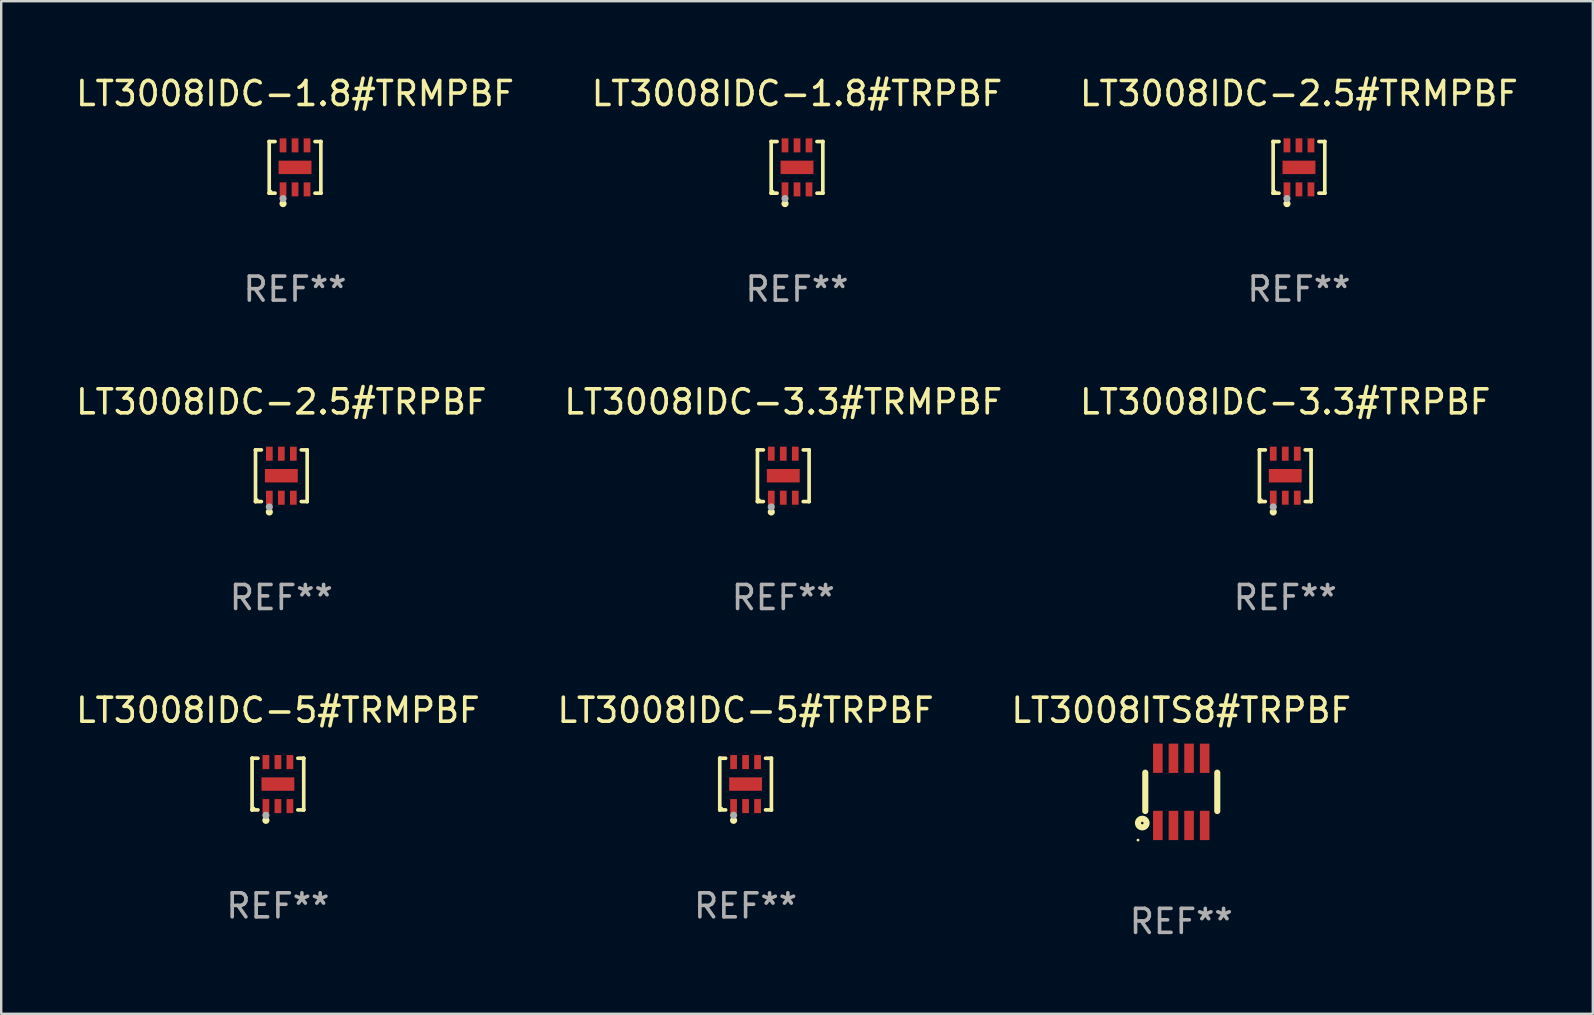
<source format=kicad_pcb>
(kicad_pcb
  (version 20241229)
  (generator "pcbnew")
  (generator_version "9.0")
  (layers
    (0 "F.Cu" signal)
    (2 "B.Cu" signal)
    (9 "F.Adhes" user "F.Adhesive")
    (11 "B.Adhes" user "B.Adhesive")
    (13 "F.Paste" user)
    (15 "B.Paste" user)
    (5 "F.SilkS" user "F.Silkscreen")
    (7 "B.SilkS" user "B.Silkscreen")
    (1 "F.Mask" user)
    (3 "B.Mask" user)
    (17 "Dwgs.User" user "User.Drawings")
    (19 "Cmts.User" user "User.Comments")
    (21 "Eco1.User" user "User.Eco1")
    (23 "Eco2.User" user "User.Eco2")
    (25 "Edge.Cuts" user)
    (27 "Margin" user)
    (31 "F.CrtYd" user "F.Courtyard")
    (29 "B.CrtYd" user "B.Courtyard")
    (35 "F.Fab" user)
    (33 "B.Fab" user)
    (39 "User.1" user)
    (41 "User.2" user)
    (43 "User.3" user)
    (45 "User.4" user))
  (footprint "LT3008IDC-2.5#TRPBF"
    (layer "F.Cu")
    (at 8.673 16.773)
    (property "Reference" "LT3008IDC-2.5#TRPBF" (at 0 -3.076 0) (layer "F.SilkS") (effects (font (size 1 1) (thickness 0.15))))
    (attr through_hole)
    (fp_line (start -1.076 -1.076) (end -1.076 -1.076) (stroke (width 0.152) (type solid)) (layer "F.SilkS"))
    (fp_line (start -1.076 -1.076) (end -0.831 -1.076) (stroke (width 0.152) (type solid)) (layer "F.SilkS"))
    (fp_line (start -1.076 1.076) (end -1.076 -1.076) (stroke (width 0.152) (type solid)) (layer "F.SilkS"))
    (fp_line (start -1.076 1.076) (end -1.076 1.076) (stroke (width 0.152) (type solid)) (layer "F.SilkS"))
    (fp_line (start -0.831 1.076) (end -1.076 1.076) (stroke (width 0.152) (type solid)) (layer "F.SilkS"))
    (fp_line (start 0.831 1.076) (end 1.076 1.076) (stroke (width 0.152) (type solid)) (layer "F.SilkS"))
    (fp_line (start 1.076 -1.076) (end 0.831 -1.076) (stroke (width 0.152) (type solid)) (layer "F.SilkS"))
    (fp_line (start 1.076 -1.076) (end 1.076 -1.076) (stroke (width 0.152) (type solid)) (layer "F.SilkS"))
    (fp_line (start 1.076 1.076) (end 1.076 -1.076) (stroke (width 0.152) (type solid)) (layer "F.SilkS"))
    (fp_line (start 1.076 1.076) (end 1.076 1.076) (stroke (width 0.152) (type solid)) (layer "F.SilkS"))
    (fp_circle (center -1 1) (end -0.97 1) (stroke (width 0.06) (type solid)) (fill no) (layer "F.SilkS"))
    (fp_circle (center -0.5 1.51) (end -0.425 1.51) (stroke (width 0.15) (type solid)) (fill no) (layer "F.SilkS"))
    (fp_circle (center -0.5 1.3) (end -0.425 1.3) (stroke (width 0.15) (type solid)) (fill no) (layer "F.Fab"))
    (fp_text user "REF**" (at 0 5.076 0) (layer "F.Fab") (effects (font (size 1 1) (thickness 0.15))))
    (pad "1" smd rect (at -0.5 0.917) (size 0.28 0.585) (layers "F.Cu" "F.Mask" "F.Paste"))
    (pad "2" smd rect (at 0 0.917) (size 0.28 0.585) (layers "F.Cu" "F.Mask" "F.Paste"))
    (pad "3" smd rect (at 0.5 0.917) (size 0.28 0.585) (layers "F.Cu" "F.Mask" "F.Paste"))
    (pad "4" smd rect (at 0.5 -0.917) (size 0.28 0.585) (layers "F.Cu" "F.Mask" "F.Paste"))
    (pad "5" smd rect (at 0 -0.917) (size 0.28 0.585) (layers "F.Cu" "F.Mask" "F.Paste"))
    (pad "6" smd rect (at -0.5 -0.917) (size 0.28 0.585) (layers "F.Cu" "F.Mask" "F.Paste"))
    (pad "7" smd rect (at 0 0) (size 1.37 0.56) (layers "F.Cu" "F.Mask" "F.Paste")))
  (footprint "LT3008IDC-5#TRMPBF"
    (layer "F.Cu")
    (at 8.53 29.622)
    (property "Reference" "LT3008IDC-5#TRMPBF" (at 0 -3.076 0) (layer "F.SilkS") (effects (font (size 1 1) (thickness 0.15))))
    (attr through_hole)
    (fp_line (start -1.076 -1.076) (end -1.076 -1.076) (stroke (width 0.152) (type solid)) (layer "F.SilkS"))
    (fp_line (start -1.076 -1.076) (end -0.831 -1.076) (stroke (width 0.152) (type solid)) (layer "F.SilkS"))
    (fp_line (start -1.076 1.076) (end -1.076 -1.076) (stroke (width 0.152) (type solid)) (layer "F.SilkS"))
    (fp_line (start -1.076 1.076) (end -1.076 1.076) (stroke (width 0.152) (type solid)) (layer "F.SilkS"))
    (fp_line (start -0.831 1.076) (end -1.076 1.076) (stroke (width 0.152) (type solid)) (layer "F.SilkS"))
    (fp_line (start 0.831 1.076) (end 1.076 1.076) (stroke (width 0.152) (type solid)) (layer "F.SilkS"))
    (fp_line (start 1.076 -1.076) (end 0.831 -1.076) (stroke (width 0.152) (type solid)) (layer "F.SilkS"))
    (fp_line (start 1.076 -1.076) (end 1.076 -1.076) (stroke (width 0.152) (type solid)) (layer "F.SilkS"))
    (fp_line (start 1.076 1.076) (end 1.076 -1.076) (stroke (width 0.152) (type solid)) (layer "F.SilkS"))
    (fp_line (start 1.076 1.076) (end 1.076 1.076) (stroke (width 0.152) (type solid)) (layer "F.SilkS"))
    (fp_circle (center -1 1) (end -0.97 1) (stroke (width 0.06) (type solid)) (fill no) (layer "F.SilkS"))
    (fp_circle (center -0.5 1.51) (end -0.425 1.51) (stroke (width 0.15) (type solid)) (fill no) (layer "F.SilkS"))
    (fp_circle (center -0.5 1.3) (end -0.425 1.3) (stroke (width 0.15) (type solid)) (fill no) (layer "F.Fab"))
    (fp_text user "REF**" (at 0 5.076 0) (layer "F.Fab") (effects (font (size 1 1) (thickness 0.15))))
    (pad "1" smd rect (at -0.5 0.917) (size 0.28 0.585) (layers "F.Cu" "F.Mask" "F.Paste"))
    (pad "2" smd rect (at 0 0.917) (size 0.28 0.585) (layers "F.Cu" "F.Mask" "F.Paste"))
    (pad "3" smd rect (at 0.5 0.917) (size 0.28 0.585) (layers "F.Cu" "F.Mask" "F.Paste"))
    (pad "4" smd rect (at 0.5 -0.917) (size 0.28 0.585) (layers "F.Cu" "F.Mask" "F.Paste"))
    (pad "5" smd rect (at 0 -0.917) (size 0.28 0.585) (layers "F.Cu" "F.Mask" "F.Paste"))
    (pad "6" smd rect (at -0.5 -0.917) (size 0.28 0.585) (layers "F.Cu" "F.Mask" "F.Paste"))
    (pad "7" smd rect (at 0 0) (size 1.37 0.56) (layers "F.Cu" "F.Mask" "F.Paste")))
  (footprint "LT3008IDC-1.8#TRPBF"
    (layer "F.Cu")
    (at 30.161 3.924)
    (property "Reference" "LT3008IDC-1.8#TRPBF" (at 0 -3.076 0) (layer "F.SilkS") (effects (font (size 1 1) (thickness 0.15))))
    (attr through_hole)
    (fp_line (start -1.076 -1.076) (end -1.076 -1.076) (stroke (width 0.152) (type solid)) (layer "F.SilkS"))
    (fp_line (start -1.076 -1.076) (end -0.831 -1.076) (stroke (width 0.152) (type solid)) (layer "F.SilkS"))
    (fp_line (start -1.076 1.076) (end -1.076 -1.076) (stroke (width 0.152) (type solid)) (layer "F.SilkS"))
    (fp_line (start -1.076 1.076) (end -1.076 1.076) (stroke (width 0.152) (type solid)) (layer "F.SilkS"))
    (fp_line (start -0.831 1.076) (end -1.076 1.076) (stroke (width 0.152) (type solid)) (layer "F.SilkS"))
    (fp_line (start 0.831 1.076) (end 1.076 1.076) (stroke (width 0.152) (type solid)) (layer "F.SilkS"))
    (fp_line (start 1.076 -1.076) (end 0.831 -1.076) (stroke (width 0.152) (type solid)) (layer "F.SilkS"))
    (fp_line (start 1.076 -1.076) (end 1.076 -1.076) (stroke (width 0.152) (type solid)) (layer "F.SilkS"))
    (fp_line (start 1.076 1.076) (end 1.076 -1.076) (stroke (width 0.152) (type solid)) (layer "F.SilkS"))
    (fp_line (start 1.076 1.076) (end 1.076 1.076) (stroke (width 0.152) (type solid)) (layer "F.SilkS"))
    (fp_circle (center -1 1) (end -0.97 1) (stroke (width 0.06) (type solid)) (fill no) (layer "F.SilkS"))
    (fp_circle (center -0.5 1.51) (end -0.425 1.51) (stroke (width 0.15) (type solid)) (fill no) (layer "F.SilkS"))
    (fp_circle (center -0.5 1.3) (end -0.425 1.3) (stroke (width 0.15) (type solid)) (fill no) (layer "F.Fab"))
    (fp_text user "REF**" (at 0 5.076 0) (layer "F.Fab") (effects (font (size 1 1) (thickness 0.15))))
    (pad "1" smd rect (at -0.5 0.917) (size 0.28 0.585) (layers "F.Cu" "F.Mask" "F.Paste"))
    (pad "2" smd rect (at 0 0.917) (size 0.28 0.585) (layers "F.Cu" "F.Mask" "F.Paste"))
    (pad "3" smd rect (at 0.5 0.917) (size 0.28 0.585) (layers "F.Cu" "F.Mask" "F.Paste"))
    (pad "4" smd rect (at 0.5 -0.917) (size 0.28 0.585) (layers "F.Cu" "F.Mask" "F.Paste"))
    (pad "5" smd rect (at 0 -0.917) (size 0.28 0.585) (layers "F.Cu" "F.Mask" "F.Paste"))
    (pad "6" smd rect (at -0.5 -0.917) (size 0.28 0.585) (layers "F.Cu" "F.Mask" "F.Paste"))
    (pad "7" smd rect (at 0 0) (size 1.37 0.56) (layers "F.Cu" "F.Mask" "F.Paste")))
  (footprint "LT3008IDC-3.3#TRMPBF"
    (layer "F.Cu")
    (at 29.589 16.773)
    (property "Reference" "LT3008IDC-3.3#TRMPBF" (at 0 -3.076 0) (layer "F.SilkS") (effects (font (size 1 1) (thickness 0.15))))
    (attr through_hole)
    (fp_line (start -1.076 -1.076) (end -1.076 -1.076) (stroke (width 0.152) (type solid)) (layer "F.SilkS"))
    (fp_line (start -1.076 -1.076) (end -0.831 -1.076) (stroke (width 0.152) (type solid)) (layer "F.SilkS"))
    (fp_line (start -1.076 1.076) (end -1.076 -1.076) (stroke (width 0.152) (type solid)) (layer "F.SilkS"))
    (fp_line (start -1.076 1.076) (end -1.076 1.076) (stroke (width 0.152) (type solid)) (layer "F.SilkS"))
    (fp_line (start -0.831 1.076) (end -1.076 1.076) (stroke (width 0.152) (type solid)) (layer "F.SilkS"))
    (fp_line (start 0.831 1.076) (end 1.076 1.076) (stroke (width 0.152) (type solid)) (layer "F.SilkS"))
    (fp_line (start 1.076 -1.076) (end 0.831 -1.076) (stroke (width 0.152) (type solid)) (layer "F.SilkS"))
    (fp_line (start 1.076 -1.076) (end 1.076 -1.076) (stroke (width 0.152) (type solid)) (layer "F.SilkS"))
    (fp_line (start 1.076 1.076) (end 1.076 -1.076) (stroke (width 0.152) (type solid)) (layer "F.SilkS"))
    (fp_line (start 1.076 1.076) (end 1.076 1.076) (stroke (width 0.152) (type solid)) (layer "F.SilkS"))
    (fp_circle (center -1 1) (end -0.97 1) (stroke (width 0.06) (type solid)) (fill no) (layer "F.SilkS"))
    (fp_circle (center -0.5 1.51) (end -0.425 1.51) (stroke (width 0.15) (type solid)) (fill no) (layer "F.SilkS"))
    (fp_circle (center -0.5 1.3) (end -0.425 1.3) (stroke (width 0.15) (type solid)) (fill no) (layer "F.Fab"))
    (fp_text user "REF**" (at 0 5.076 0) (layer "F.Fab") (effects (font (size 1 1) (thickness 0.15))))
    (pad "1" smd rect (at -0.5 0.917) (size 0.28 0.585) (layers "F.Cu" "F.Mask" "F.Paste"))
    (pad "2" smd rect (at 0 0.917) (size 0.28 0.585) (layers "F.Cu" "F.Mask" "F.Paste"))
    (pad "3" smd rect (at 0.5 0.917) (size 0.28 0.585) (layers "F.Cu" "F.Mask" "F.Paste"))
    (pad "4" smd rect (at 0.5 -0.917) (size 0.28 0.585) (layers "F.Cu" "F.Mask" "F.Paste"))
    (pad "5" smd rect (at 0 -0.917) (size 0.28 0.585) (layers "F.Cu" "F.Mask" "F.Paste"))
    (pad "6" smd rect (at -0.5 -0.917) (size 0.28 0.585) (layers "F.Cu" "F.Mask" "F.Paste"))
    (pad "7" smd rect (at 0 0) (size 1.37 0.56) (layers "F.Cu" "F.Mask" "F.Paste")))
  (footprint "LT3008IDC-5#TRPBF"
    (layer "F.Cu")
    (at 28.018 29.622)
    (property "Reference" "LT3008IDC-5#TRPBF" (at 0 -3.076 0) (layer "F.SilkS") (effects (font (size 1 1) (thickness 0.15))))
    (attr through_hole)
    (fp_line (start -1.076 -1.076) (end -1.076 -1.076) (stroke (width 0.152) (type solid)) (layer "F.SilkS"))
    (fp_line (start -1.076 -1.076) (end -0.831 -1.076) (stroke (width 0.152) (type solid)) (layer "F.SilkS"))
    (fp_line (start -1.076 1.076) (end -1.076 -1.076) (stroke (width 0.152) (type solid)) (layer "F.SilkS"))
    (fp_line (start -1.076 1.076) (end -1.076 1.076) (stroke (width 0.152) (type solid)) (layer "F.SilkS"))
    (fp_line (start -0.831 1.076) (end -1.076 1.076) (stroke (width 0.152) (type solid)) (layer "F.SilkS"))
    (fp_line (start 0.831 1.076) (end 1.076 1.076) (stroke (width 0.152) (type solid)) (layer "F.SilkS"))
    (fp_line (start 1.076 -1.076) (end 0.831 -1.076) (stroke (width 0.152) (type solid)) (layer "F.SilkS"))
    (fp_line (start 1.076 -1.076) (end 1.076 -1.076) (stroke (width 0.152) (type solid)) (layer "F.SilkS"))
    (fp_line (start 1.076 1.076) (end 1.076 -1.076) (stroke (width 0.152) (type solid)) (layer "F.SilkS"))
    (fp_line (start 1.076 1.076) (end 1.076 1.076) (stroke (width 0.152) (type solid)) (layer "F.SilkS"))
    (fp_circle (center -1 1) (end -0.97 1) (stroke (width 0.06) (type solid)) (fill no) (layer "F.SilkS"))
    (fp_circle (center -0.5 1.51) (end -0.425 1.51) (stroke (width 0.15) (type solid)) (fill no) (layer "F.SilkS"))
    (fp_circle (center -0.5 1.3) (end -0.425 1.3) (stroke (width 0.15) (type solid)) (fill no) (layer "F.Fab"))
    (fp_text user "REF**" (at 0 5.076 0) (layer "F.Fab") (effects (font (size 1 1) (thickness 0.15))))
    (pad "1" smd rect (at -0.5 0.917) (size 0.28 0.585) (layers "F.Cu" "F.Mask" "F.Paste"))
    (pad "2" smd rect (at 0 0.917) (size 0.28 0.585) (layers "F.Cu" "F.Mask" "F.Paste"))
    (pad "3" smd rect (at 0.5 0.917) (size 0.28 0.585) (layers "F.Cu" "F.Mask" "F.Paste"))
    (pad "4" smd rect (at 0.5 -0.917) (size 0.28 0.585) (layers "F.Cu" "F.Mask" "F.Paste"))
    (pad "5" smd rect (at 0 -0.917) (size 0.28 0.585) (layers "F.Cu" "F.Mask" "F.Paste"))
    (pad "6" smd rect (at -0.5 -0.917) (size 0.28 0.585) (layers "F.Cu" "F.Mask" "F.Paste"))
    (pad "7" smd rect (at 0 0) (size 1.37 0.56) (layers "F.Cu" "F.Mask" "F.Paste")))
  (footprint "LT3008IDC-2.5#TRMPBF"
    (layer "F.Cu")
    (at 51.077 3.924)
    (property "Reference" "LT3008IDC-2.5#TRMPBF" (at 0 -3.076 0) (layer "F.SilkS") (effects (font (size 1 1) (thickness 0.15))))
    (attr through_hole)
    (fp_line (start -1.076 -1.076) (end -1.076 -1.076) (stroke (width 0.152) (type solid)) (layer "F.SilkS"))
    (fp_line (start -1.076 -1.076) (end -0.831 -1.076) (stroke (width 0.152) (type solid)) (layer "F.SilkS"))
    (fp_line (start -1.076 1.076) (end -1.076 -1.076) (stroke (width 0.152) (type solid)) (layer "F.SilkS"))
    (fp_line (start -1.076 1.076) (end -1.076 1.076) (stroke (width 0.152) (type solid)) (layer "F.SilkS"))
    (fp_line (start -0.831 1.076) (end -1.076 1.076) (stroke (width 0.152) (type solid)) (layer "F.SilkS"))
    (fp_line (start 0.831 1.076) (end 1.076 1.076) (stroke (width 0.152) (type solid)) (layer "F.SilkS"))
    (fp_line (start 1.076 -1.076) (end 0.831 -1.076) (stroke (width 0.152) (type solid)) (layer "F.SilkS"))
    (fp_line (start 1.076 -1.076) (end 1.076 -1.076) (stroke (width 0.152) (type solid)) (layer "F.SilkS"))
    (fp_line (start 1.076 1.076) (end 1.076 -1.076) (stroke (width 0.152) (type solid)) (layer "F.SilkS"))
    (fp_line (start 1.076 1.076) (end 1.076 1.076) (stroke (width 0.152) (type solid)) (layer "F.SilkS"))
    (fp_circle (center -1 1) (end -0.97 1) (stroke (width 0.06) (type solid)) (fill no) (layer "F.SilkS"))
    (fp_circle (center -0.5 1.51) (end -0.425 1.51) (stroke (width 0.15) (type solid)) (fill no) (layer "F.SilkS"))
    (fp_circle (center -0.5 1.3) (end -0.425 1.3) (stroke (width 0.15) (type solid)) (fill no) (layer "F.Fab"))
    (fp_text user "REF**" (at 0 5.076 0) (layer "F.Fab") (effects (font (size 1 1) (thickness 0.15))))
    (pad "1" smd rect (at -0.5 0.917) (size 0.28 0.585) (layers "F.Cu" "F.Mask" "F.Paste"))
    (pad "2" smd rect (at 0 0.917) (size 0.28 0.585) (layers "F.Cu" "F.Mask" "F.Paste"))
    (pad "3" smd rect (at 0.5 0.917) (size 0.28 0.585) (layers "F.Cu" "F.Mask" "F.Paste"))
    (pad "4" smd rect (at 0.5 -0.917) (size 0.28 0.585) (layers "F.Cu" "F.Mask" "F.Paste"))
    (pad "5" smd rect (at 0 -0.917) (size 0.28 0.585) (layers "F.Cu" "F.Mask" "F.Paste"))
    (pad "6" smd rect (at -0.5 -0.917) (size 0.28 0.585) (layers "F.Cu" "F.Mask" "F.Paste"))
    (pad "7" smd rect (at 0 0) (size 1.37 0.56) (layers "F.Cu" "F.Mask" "F.Paste")))
  (footprint "LT3008IDC-3.3#TRPBF"
    (layer "F.Cu")
    (at 50.506 16.773)
    (property "Reference" "LT3008IDC-3.3#TRPBF" (at 0 -3.076 0) (layer "F.SilkS") (effects (font (size 1 1) (thickness 0.15))))
    (attr through_hole)
    (fp_line (start -1.076 -1.076) (end -1.076 -1.076) (stroke (width 0.152) (type solid)) (layer "F.SilkS"))
    (fp_line (start -1.076 -1.076) (end -0.831 -1.076) (stroke (width 0.152) (type solid)) (layer "F.SilkS"))
    (fp_line (start -1.076 1.076) (end -1.076 -1.076) (stroke (width 0.152) (type solid)) (layer "F.SilkS"))
    (fp_line (start -1.076 1.076) (end -1.076 1.076) (stroke (width 0.152) (type solid)) (layer "F.SilkS"))
    (fp_line (start -0.831 1.076) (end -1.076 1.076) (stroke (width 0.152) (type solid)) (layer "F.SilkS"))
    (fp_line (start 0.831 1.076) (end 1.076 1.076) (stroke (width 0.152) (type solid)) (layer "F.SilkS"))
    (fp_line (start 1.076 -1.076) (end 0.831 -1.076) (stroke (width 0.152) (type solid)) (layer "F.SilkS"))
    (fp_line (start 1.076 -1.076) (end 1.076 -1.076) (stroke (width 0.152) (type solid)) (layer "F.SilkS"))
    (fp_line (start 1.076 1.076) (end 1.076 -1.076) (stroke (width 0.152) (type solid)) (layer "F.SilkS"))
    (fp_line (start 1.076 1.076) (end 1.076 1.076) (stroke (width 0.152) (type solid)) (layer "F.SilkS"))
    (fp_circle (center -1 1) (end -0.97 1) (stroke (width 0.06) (type solid)) (fill no) (layer "F.SilkS"))
    (fp_circle (center -0.5 1.51) (end -0.425 1.51) (stroke (width 0.15) (type solid)) (fill no) (layer "F.SilkS"))
    (fp_circle (center -0.5 1.3) (end -0.425 1.3) (stroke (width 0.15) (type solid)) (fill no) (layer "F.Fab"))
    (fp_text user "REF**" (at 0 5.076 0) (layer "F.Fab") (effects (font (size 1 1) (thickness 0.15))))
    (pad "1" smd rect (at -0.5 0.917) (size 0.28 0.585) (layers "F.Cu" "F.Mask" "F.Paste"))
    (pad "2" smd rect (at 0 0.917) (size 0.28 0.585) (layers "F.Cu" "F.Mask" "F.Paste"))
    (pad "3" smd rect (at 0.5 0.917) (size 0.28 0.585) (layers "F.Cu" "F.Mask" "F.Paste"))
    (pad "4" smd rect (at 0.5 -0.917) (size 0.28 0.585) (layers "F.Cu" "F.Mask" "F.Paste"))
    (pad "5" smd rect (at 0 -0.917) (size 0.28 0.585) (layers "F.Cu" "F.Mask" "F.Paste"))
    (pad "6" smd rect (at -0.5 -0.917) (size 0.28 0.585) (layers "F.Cu" "F.Mask" "F.Paste"))
    (pad "7" smd rect (at 0 0) (size 1.37 0.56) (layers "F.Cu" "F.Mask" "F.Paste")))
  (footprint "LT3008ITS8#TRPBF"
    (layer "F.Cu")
    (at 46.173 29.946)
    (property "Reference" "LT3008ITS8#TRPBF" (at 0 -3.4 0) (layer "F.SilkS") (effects (font (size 1 1) (thickness 0.15))))
    (attr through_hole)
    (fp_line (start -1.5 0.8) (end -1.5 -0.8) (stroke (width 0.254) (type solid)) (layer "F.SilkS"))
    (fp_line (start 1.5 -0.8) (end 1.5 0.8) (stroke (width 0.254) (type solid)) (layer "F.SilkS"))
    (fp_circle (center -1.804 2.01) (end -1.774 2.01) (stroke (width 0.06) (type solid)) (fill no) (layer "F.SilkS"))
    (fp_circle (center -1.625 1.3) (end -1.573 1.3) (stroke (width 0.254) (type solid)) (fill no) (layer "F.SilkS"))
    (fp_text user "REF**" (at 0 5.4 0) (layer "F.Fab") (effects (font (size 1 1) (thickness 0.15))))
    (pad "1" smd rect (at -0.975 1.4 180) (size 0.4 1.22) (layers "F.Cu" "F.Mask" "F.Paste"))
    (pad "2" smd rect (at -0.325 1.4 180) (size 0.4 1.22) (layers "F.Cu" "F.Mask" "F.Paste"))
    (pad "3" smd rect (at 0.325 1.4 180) (size 0.4 1.22) (layers "F.Cu" "F.Mask" "F.Paste"))
    (pad "4" smd rect (at 0.975 1.4 180) (size 0.4 1.22) (layers "F.Cu" "F.Mask" "F.Paste"))
    (pad "5" smd rect (at 0.975 -1.4 180) (size 0.4 1.22) (layers "F.Cu" "F.Mask" "F.Paste"))
    (pad "6" smd rect (at 0.325 -1.4 180) (size 0.4 1.22) (layers "F.Cu" "F.Mask" "F.Paste"))
    (pad "7" smd rect (at -0.325 -1.4 180) (size 0.4 1.22) (layers "F.Cu" "F.Mask" "F.Paste"))
    (pad "8" smd rect (at -0.975 -1.4 180) (size 0.4 1.22) (layers "F.Cu" "F.Mask" "F.Paste")))
  (footprint "LT3008IDC-1.8#TRMPBF"
    (layer "F.Cu")
    (at 9.244 3.924)
    (property "Reference" "LT3008IDC-1.8#TRMPBF" (at 0 -3.076 0) (layer "F.SilkS") (effects (font (size 1 1) (thickness 0.15))))
    (attr through_hole)
    (fp_line (start -1.076 -1.076) (end -1.076 -1.076) (stroke (width 0.152) (type solid)) (layer "F.SilkS"))
    (fp_line (start -1.076 -1.076) (end -0.831 -1.076) (stroke (width 0.152) (type solid)) (layer "F.SilkS"))
    (fp_line (start -1.076 1.076) (end -1.076 -1.076) (stroke (width 0.152) (type solid)) (layer "F.SilkS"))
    (fp_line (start -1.076 1.076) (end -1.076 1.076) (stroke (width 0.152) (type solid)) (layer "F.SilkS"))
    (fp_line (start -0.831 1.076) (end -1.076 1.076) (stroke (width 0.152) (type solid)) (layer "F.SilkS"))
    (fp_line (start 0.831 1.076) (end 1.076 1.076) (stroke (width 0.152) (type solid)) (layer "F.SilkS"))
    (fp_line (start 1.076 -1.076) (end 0.831 -1.076) (stroke (width 0.152) (type solid)) (layer "F.SilkS"))
    (fp_line (start 1.076 -1.076) (end 1.076 -1.076) (stroke (width 0.152) (type solid)) (layer "F.SilkS"))
    (fp_line (start 1.076 1.076) (end 1.076 -1.076) (stroke (width 0.152) (type solid)) (layer "F.SilkS"))
    (fp_line (start 1.076 1.076) (end 1.076 1.076) (stroke (width 0.152) (type solid)) (layer "F.SilkS"))
    (fp_circle (center -1 1) (end -0.97 1) (stroke (width 0.06) (type solid)) (fill no) (layer "F.SilkS"))
    (fp_circle (center -0.5 1.51) (end -0.425 1.51) (stroke (width 0.15) (type solid)) (fill no) (layer "F.SilkS"))
    (fp_circle (center -0.5 1.3) (end -0.425 1.3) (stroke (width 0.15) (type solid)) (fill no) (layer "F.Fab"))
    (fp_text user "REF**" (at 0 5.076 0) (layer "F.Fab") (effects (font (size 1 1) (thickness 0.15))))
    (pad "1" smd rect (at -0.5 0.917) (size 0.28 0.585) (layers "F.Cu" "F.Mask" "F.Paste"))
    (pad "2" smd rect (at 0 0.917) (size 0.28 0.585) (layers "F.Cu" "F.Mask" "F.Paste"))
    (pad "3" smd rect (at 0.5 0.917) (size 0.28 0.585) (layers "F.Cu" "F.Mask" "F.Paste"))
    (pad "4" smd rect (at 0.5 -0.917) (size 0.28 0.585) (layers "F.Cu" "F.Mask" "F.Paste"))
    (pad "5" smd rect (at 0 -0.917) (size 0.28 0.585) (layers "F.Cu" "F.Mask" "F.Paste"))
    (pad "6" smd rect (at -0.5 -0.917) (size 0.28 0.585) (layers "F.Cu" "F.Mask" "F.Paste"))
    (pad "7" smd rect (at 0 0) (size 1.37 0.56) (layers "F.Cu" "F.Mask" "F.Paste")))
  (gr_rect
    (start -3 -3)
    (end 63.321 39.194)
    (stroke (width 0.1) (type default))
    (fill no)
    (layer "Edge.Cuts")))
</source>
